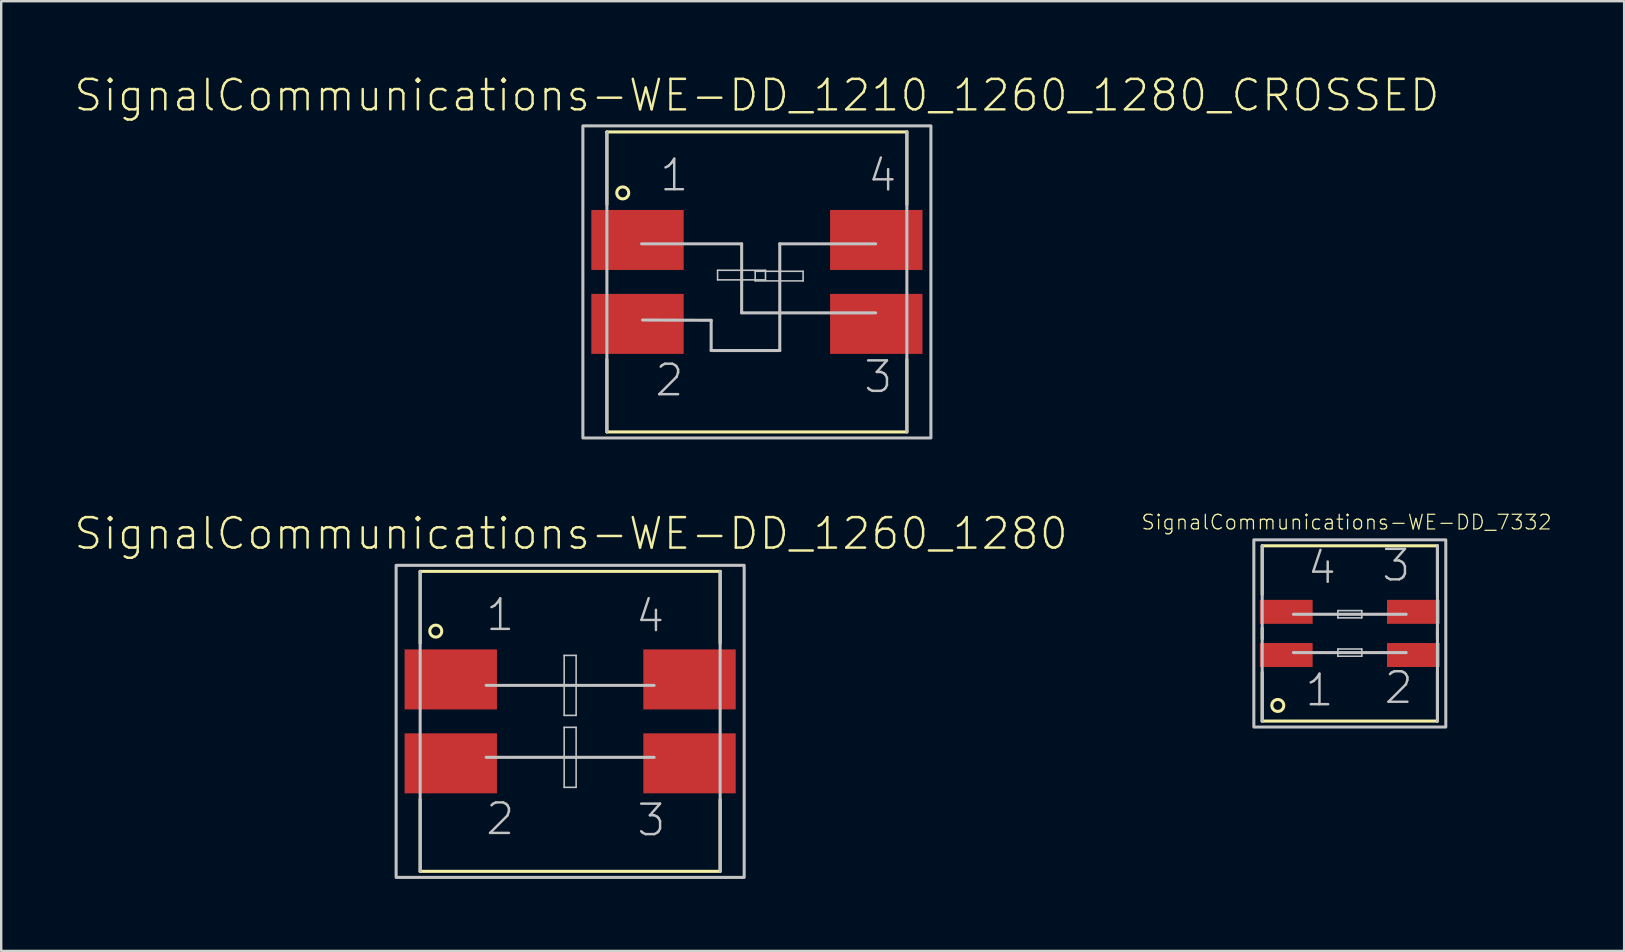
<source format=kicad_pcb>
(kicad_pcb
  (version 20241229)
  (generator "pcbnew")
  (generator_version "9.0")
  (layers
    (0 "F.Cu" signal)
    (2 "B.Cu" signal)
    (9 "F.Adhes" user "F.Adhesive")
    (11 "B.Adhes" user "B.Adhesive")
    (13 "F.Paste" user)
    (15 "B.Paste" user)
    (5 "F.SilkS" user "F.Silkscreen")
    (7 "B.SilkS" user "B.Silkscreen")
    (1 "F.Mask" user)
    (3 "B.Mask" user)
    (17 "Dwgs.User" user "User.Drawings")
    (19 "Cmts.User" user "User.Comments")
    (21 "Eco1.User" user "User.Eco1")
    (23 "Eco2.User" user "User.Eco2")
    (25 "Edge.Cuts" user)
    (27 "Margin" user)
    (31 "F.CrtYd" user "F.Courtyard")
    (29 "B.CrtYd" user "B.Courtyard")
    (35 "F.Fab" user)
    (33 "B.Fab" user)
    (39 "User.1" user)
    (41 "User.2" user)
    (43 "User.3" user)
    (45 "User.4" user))
  (footprint "SignalCommunications-WE-DD_7332"
    (layer "F.Cu")
    (at 53.178 23.336)
    (property "Reference" "SignalCommunications-WE-DD_7332" (at -0.137 -4.633 0) (layer "F.SilkS") (effects (font (size 0.61 0.61) (thickness 0.051))))
    (attr smd)
    (fp_line (start -3.65 -3.65) (end 3.65 -3.65) (stroke (width 0.127) (type solid)) (layer "F.SilkS"))
    (fp_line (start -3.65 -1.618) (end -3.65 -3.65) (stroke (width 0.127) (type solid)) (layer "F.SilkS"))
    (fp_line (start -3.65 0.229) (end -3.65 -0.218) (stroke (width 0.127) (type solid)) (layer "F.SilkS"))
    (fp_line (start -3.65 1.618) (end -3.65 3.65) (stroke (width 0.127) (type solid)) (layer "F.SilkS"))
    (fp_line (start 3.65 -1.618) (end 3.65 -3.65) (stroke (width 0.127) (type solid)) (layer "F.SilkS"))
    (fp_line (start 3.65 0.229) (end 3.65 -0.218) (stroke (width 0.127) (type solid)) (layer "F.SilkS"))
    (fp_line (start 3.65 1.618) (end 3.65 3.65) (stroke (width 0.127) (type solid)) (layer "F.SilkS"))
    (fp_line (start 3.65 3.65) (end -3.65 3.65) (stroke (width 0.127) (type solid)) (layer "F.SilkS"))
    (fp_circle (center -3 3) (end -3 2.751) (stroke (width 0.127) (type solid)) (fill no) (layer "F.SilkS"))
    (fp_line (start -3.65 3.65) (end -3.65 -3.65) (stroke (width 0.127) (type solid)) (layer "Dwgs.User"))
    (fp_line (start -0.498 -0.95) (end 0.498 -0.95) (stroke (width 0.066) (type solid)) (layer "Dwgs.User"))
    (fp_line (start -0.498 -0.648) (end -0.498 -0.95) (stroke (width 0.066) (type solid)) (layer "Dwgs.User"))
    (fp_line (start -0.498 -0.648) (end 0.498 -0.648) (stroke (width 0.066) (type solid)) (layer "Dwgs.User"))
    (fp_line (start -0.498 0.648) (end 0.498 0.648) (stroke (width 0.066) (type solid)) (layer "Dwgs.User"))
    (fp_line (start -0.498 0.95) (end -0.498 0.648) (stroke (width 0.066) (type solid)) (layer "Dwgs.User"))
    (fp_line (start -0.498 0.95) (end 0.498 0.95) (stroke (width 0.066) (type solid)) (layer "Dwgs.User"))
    (fp_line (start 0.498 -0.648) (end 0.498 -0.95) (stroke (width 0.066) (type solid)) (layer "Dwgs.User"))
    (fp_line (start 0.498 0.95) (end 0.498 0.648) (stroke (width 0.066) (type solid)) (layer "Dwgs.User"))
    (fp_line (start 2.349 -0.798) (end -2.349 -0.798) (stroke (width 0.127) (type solid)) (layer "Dwgs.User"))
    (fp_line (start 2.349 0.798) (end -2.349 0.798) (stroke (width 0.127) (type solid)) (layer "Dwgs.User"))
    (fp_line (start 3.65 -3.65) (end 3.65 3.65) (stroke (width 0.127) (type solid)) (layer "Dwgs.User"))
    (fp_poly (pts (xy 3.998 -3.899) (xy 3.998 3.899) (xy -3.998 3.899) (xy -3.998 -3.899) (xy 3.998 -3.899)) (stroke (width 0.127) (type solid)) (fill no) (layer "Dwgs.User"))
    (fp_text user "3" (at 1.933 -2.835 0) (layer "Dwgs.User") (effects (font (size 1.27 1.27) (thickness 0.102))))
    (fp_text user "4" (at -1.163 -2.733 0) (layer "Dwgs.User") (effects (font (size 1.27 1.27) (thickness 0.102))))
    (fp_text user "2" (at 2.035 2.263 0) (layer "Dwgs.User") (effects (font (size 1.27 1.27) (thickness 0.102))))
    (fp_text user "1" (at -1.265 2.365 0) (layer "Dwgs.User") (effects (font (size 1.27 1.27) (thickness 0.102))))
    (pad "1" smd rect (at -2.649 0.899 270) (size 0.998 2.2) (layers "F.Cu" "F.Mask" "F.Paste"))
    (pad "2" smd rect (at 2.649 0.899 270) (size 0.998 2.2) (layers "F.Cu" "F.Mask" "F.Paste"))
    (pad "3" smd rect (at 2.649 -0.899 270) (size 0.998 2.2) (layers "F.Cu" "F.Mask" "F.Paste"))
    (pad "4" smd rect (at -2.649 -0.899 270) (size 0.998 2.2) (layers "F.Cu" "F.Mask" "F.Paste")))
  (footprint "SignalCommunications-WE-DD_1210_1260_1280_CROSSED"
    (layer "F.Cu")
    (at 28.479 8.694)
    (property "Reference" "SignalCommunications-WE-DD_1210_1260_1280_CROSSED" (at 0 -7.772 0) (layer "F.SilkS") (effects (font (size 1.27 1.27) (thickness 0.102))))
    (attr smd)
    (fp_line (start -6.248 -6.248) (end 6.248 -6.248) (stroke (width 0.127) (type solid)) (layer "F.SilkS"))
    (fp_line (start -6.248 -3.228) (end -6.248 -6.248) (stroke (width 0.127) (type solid)) (layer "F.SilkS"))
    (fp_line (start -6.248 3.228) (end -6.248 6.248) (stroke (width 0.127) (type solid)) (layer "F.SilkS"))
    (fp_line (start 6.248 -6.248) (end 6.248 -3.228) (stroke (width 0.127) (type solid)) (layer "F.SilkS"))
    (fp_line (start 6.248 6.248) (end -6.248 6.248) (stroke (width 0.127) (type solid)) (layer "F.SilkS"))
    (fp_line (start 6.248 6.248) (end 6.248 3.228) (stroke (width 0.127) (type solid)) (layer "F.SilkS"))
    (fp_circle (center -5.588 -3.708) (end -5.588 -3.957) (stroke (width 0.127) (type solid)) (fill no) (layer "F.SilkS"))
    (fp_line (start -6.248 6.248) (end -6.248 -6.248) (stroke (width 0.127) (type solid)) (layer "Dwgs.User"))
    (fp_line (start -4.803 -1.587) (end -0.635 -1.587) (stroke (width 0.127) (type solid)) (layer "Dwgs.User"))
    (fp_line (start -4.763 1.587) (end -1.905 1.598) (stroke (width 0.127) (type solid)) (layer "Dwgs.User"))
    (fp_line (start -1.905 1.598) (end -1.905 2.857) (stroke (width 0.127) (type solid)) (layer "Dwgs.User"))
    (fp_line (start -1.905 2.857) (end 0.953 2.857) (stroke (width 0.127) (type solid)) (layer "Dwgs.User"))
    (fp_line (start -1.638 -0.485) (end 0.358 -0.485) (stroke (width 0.066) (type solid)) (layer "Dwgs.User"))
    (fp_line (start -1.638 -0.086) (end -1.638 -0.485) (stroke (width 0.066) (type solid)) (layer "Dwgs.User"))
    (fp_line (start -1.638 -0.086) (end 0.358 -0.086) (stroke (width 0.066) (type solid)) (layer "Dwgs.User"))
    (fp_line (start -0.635 -1.587) (end -0.635 1.288) (stroke (width 0.127) (type solid)) (layer "Dwgs.User"))
    (fp_line (start -0.635 1.288) (end 4.948 1.288) (stroke (width 0.127) (type solid)) (layer "Dwgs.User"))
    (fp_line (start -0.071 -0.445) (end 1.925 -0.445) (stroke (width 0.066) (type solid)) (layer "Dwgs.User"))
    (fp_line (start -0.071 -0.043) (end -0.071 -0.445) (stroke (width 0.066) (type solid)) (layer "Dwgs.User"))
    (fp_line (start -0.071 -0.043) (end 1.925 -0.043) (stroke (width 0.066) (type solid)) (layer "Dwgs.User"))
    (fp_line (start 0.358 -0.086) (end 0.358 -0.485) (stroke (width 0.066) (type solid)) (layer "Dwgs.User"))
    (fp_line (start 0.953 -1.587) (end 4.948 -1.587) (stroke (width 0.127) (type solid)) (layer "Dwgs.User"))
    (fp_line (start 0.953 2.857) (end 0.953 -1.587) (stroke (width 0.127) (type solid)) (layer "Dwgs.User"))
    (fp_line (start 1.925 -0.043) (end 1.925 -0.445) (stroke (width 0.066) (type solid)) (layer "Dwgs.User"))
    (fp_line (start 6.248 -6.248) (end 6.248 6.248) (stroke (width 0.127) (type solid)) (layer "Dwgs.User"))
    (fp_poly (pts (xy -7.249 6.5) (xy -7.249 -6.5) (xy 7.249 -6.5) (xy 7.249 6.5) (xy -7.249 6.5)) (stroke (width 0.127) (type solid)) (fill no) (layer "Dwgs.User"))
    (fp_text user "4" (at 5.225 -4.435 0) (layer "Dwgs.User") (effects (font (size 1.27 1.27) (thickness 0.102))))
    (fp_text user "1" (at -3.444 -4.445 0) (layer "Dwgs.User") (effects (font (size 1.27 1.27) (thickness 0.102))))
    (fp_text user "3" (at 5.055 3.955 0) (layer "Dwgs.User") (effects (font (size 1.27 1.27) (thickness 0.102))))
    (fp_text user "2" (at -3.645 4.094 0) (layer "Dwgs.User") (effects (font (size 1.27 1.27) (thickness 0.102))))
    (pad "1" smd rect (at -4.973 -1.748) (size 3.848 2.499) (layers "F.Cu" "F.Mask" "F.Paste"))
    (pad "2" smd rect (at -4.973 1.748) (size 3.848 2.499) (layers "F.Cu" "F.Mask" "F.Paste"))
    (pad "3" smd rect (at 4.973 1.748) (size 3.848 2.499) (layers "F.Cu" "F.Mask" "F.Paste"))
    (pad "4" smd rect (at 4.973 -1.748) (size 3.848 2.499) (layers "F.Cu" "F.Mask" "F.Paste")))
  (footprint "SignalCommunications-WE-DD_1260_1280"
    (layer "F.Cu")
    (at 20.7 26.999)
    (property "Reference" "SignalCommunications-WE-DD_1260_1280" (at 0.038 -7.821 0) (layer "F.SilkS") (effects (font (size 1.27 1.27) (thickness 0.102))))
    (attr smd)
    (fp_line (start -6.248 -6.248) (end 6.248 -6.248) (stroke (width 0.127) (type solid)) (layer "F.SilkS"))
    (fp_line (start -6.248 -3.249) (end -6.248 -6.248) (stroke (width 0.127) (type solid)) (layer "F.SilkS"))
    (fp_line (start -6.248 3.249) (end -6.248 6.248) (stroke (width 0.127) (type solid)) (layer "F.SilkS"))
    (fp_line (start 6.248 -3.249) (end 6.248 -6.248) (stroke (width 0.127) (type solid)) (layer "F.SilkS"))
    (fp_line (start 6.248 3.259) (end 6.248 6.248) (stroke (width 0.127) (type solid)) (layer "F.SilkS"))
    (fp_line (start 6.248 6.248) (end -6.248 6.248) (stroke (width 0.127) (type solid)) (layer "F.SilkS"))
    (fp_circle (center -5.598 -3.759) (end -5.598 -4.008) (stroke (width 0.127) (type solid)) (fill no) (layer "F.SilkS"))
    (fp_line (start -6.248 6.248) (end -6.248 -6.248) (stroke (width 0.127) (type solid)) (layer "Dwgs.User"))
    (fp_line (start -3.498 -1.499) (end 3.498 -1.499) (stroke (width 0.127) (type solid)) (layer "Dwgs.User"))
    (fp_line (start -3.498 1.499) (end 3.498 1.499) (stroke (width 0.127) (type solid)) (layer "Dwgs.User"))
    (fp_line (start -0.249 -2.748) (end 0.249 -2.748) (stroke (width 0.066) (type solid)) (layer "Dwgs.User"))
    (fp_line (start -0.249 -0.249) (end -0.249 -2.748) (stroke (width 0.066) (type solid)) (layer "Dwgs.User"))
    (fp_line (start -0.249 -0.249) (end 0.249 -0.249) (stroke (width 0.066) (type solid)) (layer "Dwgs.User"))
    (fp_line (start -0.249 0.249) (end 0.249 0.249) (stroke (width 0.066) (type solid)) (layer "Dwgs.User"))
    (fp_line (start -0.249 2.748) (end -0.249 0.249) (stroke (width 0.066) (type solid)) (layer "Dwgs.User"))
    (fp_line (start -0.249 2.748) (end 0.249 2.748) (stroke (width 0.066) (type solid)) (layer "Dwgs.User"))
    (fp_line (start 0.249 -0.249) (end 0.249 -2.748) (stroke (width 0.066) (type solid)) (layer "Dwgs.User"))
    (fp_line (start 0.249 2.748) (end 0.249 0.249) (stroke (width 0.066) (type solid)) (layer "Dwgs.User"))
    (fp_line (start 6.248 -6.248) (end 6.248 6.248) (stroke (width 0.127) (type solid)) (layer "Dwgs.User"))
    (fp_poly (pts (xy -7.249 6.5) (xy -7.249 -6.5) (xy 7.249 -6.5) (xy 7.249 6.5) (xy -7.249 6.5)) (stroke (width 0.127) (type solid)) (fill no) (layer "Dwgs.User"))
    (fp_text user "1" (at -2.913 -4.435 0) (layer "Dwgs.User") (effects (font (size 1.27 1.27) (thickness 0.102))))
    (fp_text user "4" (at 3.332 -4.384 0) (layer "Dwgs.User") (effects (font (size 1.27 1.27) (thickness 0.102))))
    (fp_text user "2" (at -2.913 4.064 0) (layer "Dwgs.User") (effects (font (size 1.27 1.27) (thickness 0.102))))
    (fp_text user "3" (at 3.383 4.115 0) (layer "Dwgs.User") (effects (font (size 1.27 1.27) (thickness 0.102))))
    (pad "1" smd rect (at -4.973 -1.748) (size 3.848 2.499) (layers "F.Cu" "F.Mask" "F.Paste"))
    (pad "2" smd rect (at -4.973 1.748) (size 3.848 2.499) (layers "F.Cu" "F.Mask" "F.Paste"))
    (pad "3" smd rect (at 4.973 1.748) (size 3.848 2.499) (layers "F.Cu" "F.Mask" "F.Paste"))
    (pad "4" smd rect (at 4.973 -1.748) (size 3.848 2.499) (layers "F.Cu" "F.Mask" "F.Paste")))
  (gr_rect
    (start -3 -3)
    (end 64.605 36.562)
    (stroke (width 0.1) (type default))
    (fill no)
    (layer "Edge.Cuts")))
</source>
